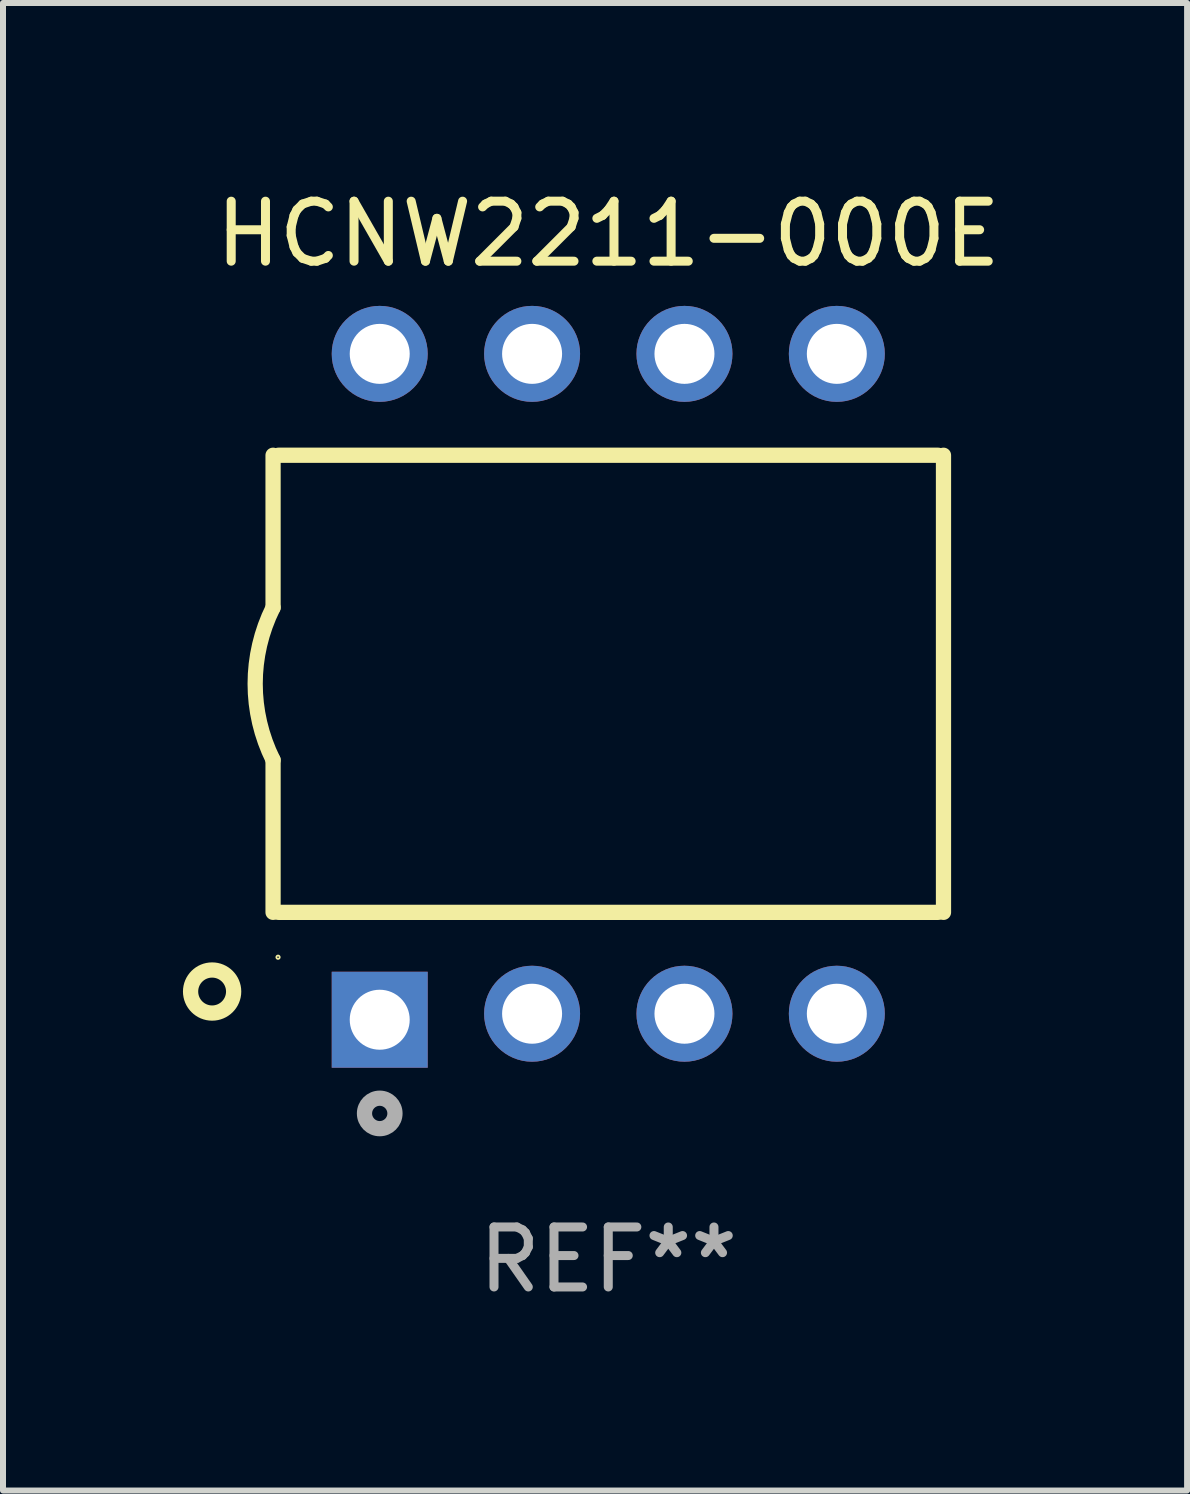
<source format=kicad_pcb>
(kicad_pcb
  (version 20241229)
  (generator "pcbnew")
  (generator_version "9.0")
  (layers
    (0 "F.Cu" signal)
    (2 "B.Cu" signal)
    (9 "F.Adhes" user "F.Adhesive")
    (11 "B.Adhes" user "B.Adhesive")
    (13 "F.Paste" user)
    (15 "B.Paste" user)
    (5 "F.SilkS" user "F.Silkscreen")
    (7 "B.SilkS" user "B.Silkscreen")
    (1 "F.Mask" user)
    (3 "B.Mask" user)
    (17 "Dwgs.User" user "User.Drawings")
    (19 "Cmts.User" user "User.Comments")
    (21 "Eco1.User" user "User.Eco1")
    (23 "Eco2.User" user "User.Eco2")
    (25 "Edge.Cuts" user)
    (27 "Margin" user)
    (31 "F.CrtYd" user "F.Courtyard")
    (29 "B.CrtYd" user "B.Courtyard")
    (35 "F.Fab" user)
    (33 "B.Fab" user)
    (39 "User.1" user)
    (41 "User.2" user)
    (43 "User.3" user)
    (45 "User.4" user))
  (footprint "HCNW2211-000E"
    (layer "F.Cu")
    (at 7.09 8.399)
    (property "Reference" "HCNW2211-000E" (at 0 -7.55 0) (layer "F.SilkS") (effects (font (size 1 1) (thickness 0.15))))
    (attr through_hole)
    (fp_line (start -5.588 -1.32) (end -5.588 -3.86) (stroke (width 0.254) (type solid)) (layer "F.SilkS"))
    (fp_line (start -5.588 3.76) (end -5.588 1.22) (stroke (width 0.254) (type solid)) (layer "F.SilkS"))
    (fp_line (start 5.5 -3.86) (end -5.5 -3.86) (stroke (width 0.254) (type solid)) (layer "F.SilkS"))
    (fp_line (start 5.5 3.76) (end -5.5 3.76) (stroke (width 0.254) (type solid)) (layer "F.SilkS"))
    (fp_line (start 5.588 3.76) (end 5.588 -3.86) (stroke (width 0.254) (type solid)) (layer "F.SilkS"))
    (fp_arc (start -5.588011 1.219583) (mid -5.886297 -0.050419) (end -5.588011 -1.320422) (stroke (width 0.254001) (type solid)) (layer "F.SilkS"))
    (fp_circle (center -6.604 5.08) (end -6.245 5.08) (stroke (width 0.254) (type solid)) (fill no) (layer "F.SilkS"))
    (fp_circle (center -5.505 4.508) (end -5.477 4.508) (stroke (width 0.03) (type solid)) (fill no) (layer "F.SilkS"))
    (fp_circle (center -3.81 7.112) (end -3.556 7.112) (stroke (width 0.254) (type solid)) (fill no) (layer "F.Fab"))
    (fp_text user "REF**" (at 0 9.55 0) (layer "F.Fab") (effects (font (size 1 1) (thickness 0.15))))
    (pad "1" thru_hole rect (at -3.81 5.55) (size 1.6 1.6) (drill 1) (layers "*.Cu" "*.Mask"))
    (pad "2" thru_hole circle (at -1.27 5.45) (size 1.6 1.6) (drill 1) (layers "*.Cu" "*.Mask"))
    (pad "3" thru_hole circle (at 1.27 5.45) (size 1.6 1.6) (drill 1) (layers "*.Cu" "*.Mask"))
    (pad "4" thru_hole circle (at 3.81 5.45) (size 1.6 1.6) (drill 1) (layers "*.Cu" "*.Mask"))
    (pad "5" thru_hole circle (at 3.81 -5.55) (size 1.6 1.6) (drill 1) (layers "*.Cu" "*.Mask"))
    (pad "6" thru_hole circle (at 1.27 -5.55) (size 1.6 1.6) (drill 1) (layers "*.Cu" "*.Mask"))
    (pad "7" thru_hole circle (at -1.27 -5.55) (size 1.6 1.6) (drill 1) (layers "*.Cu" "*.Mask"))
    (pad "8" thru_hole circle (at -3.81 -5.55) (size 1.6 1.6) (drill 1) (layers "*.Cu" "*.Mask")))
  (gr_rect
    (start -3 -3)
    (end 16.739 21.797)
    (stroke (width 0.1) (type default))
    (fill no)
    (layer "Edge.Cuts")))
</source>
